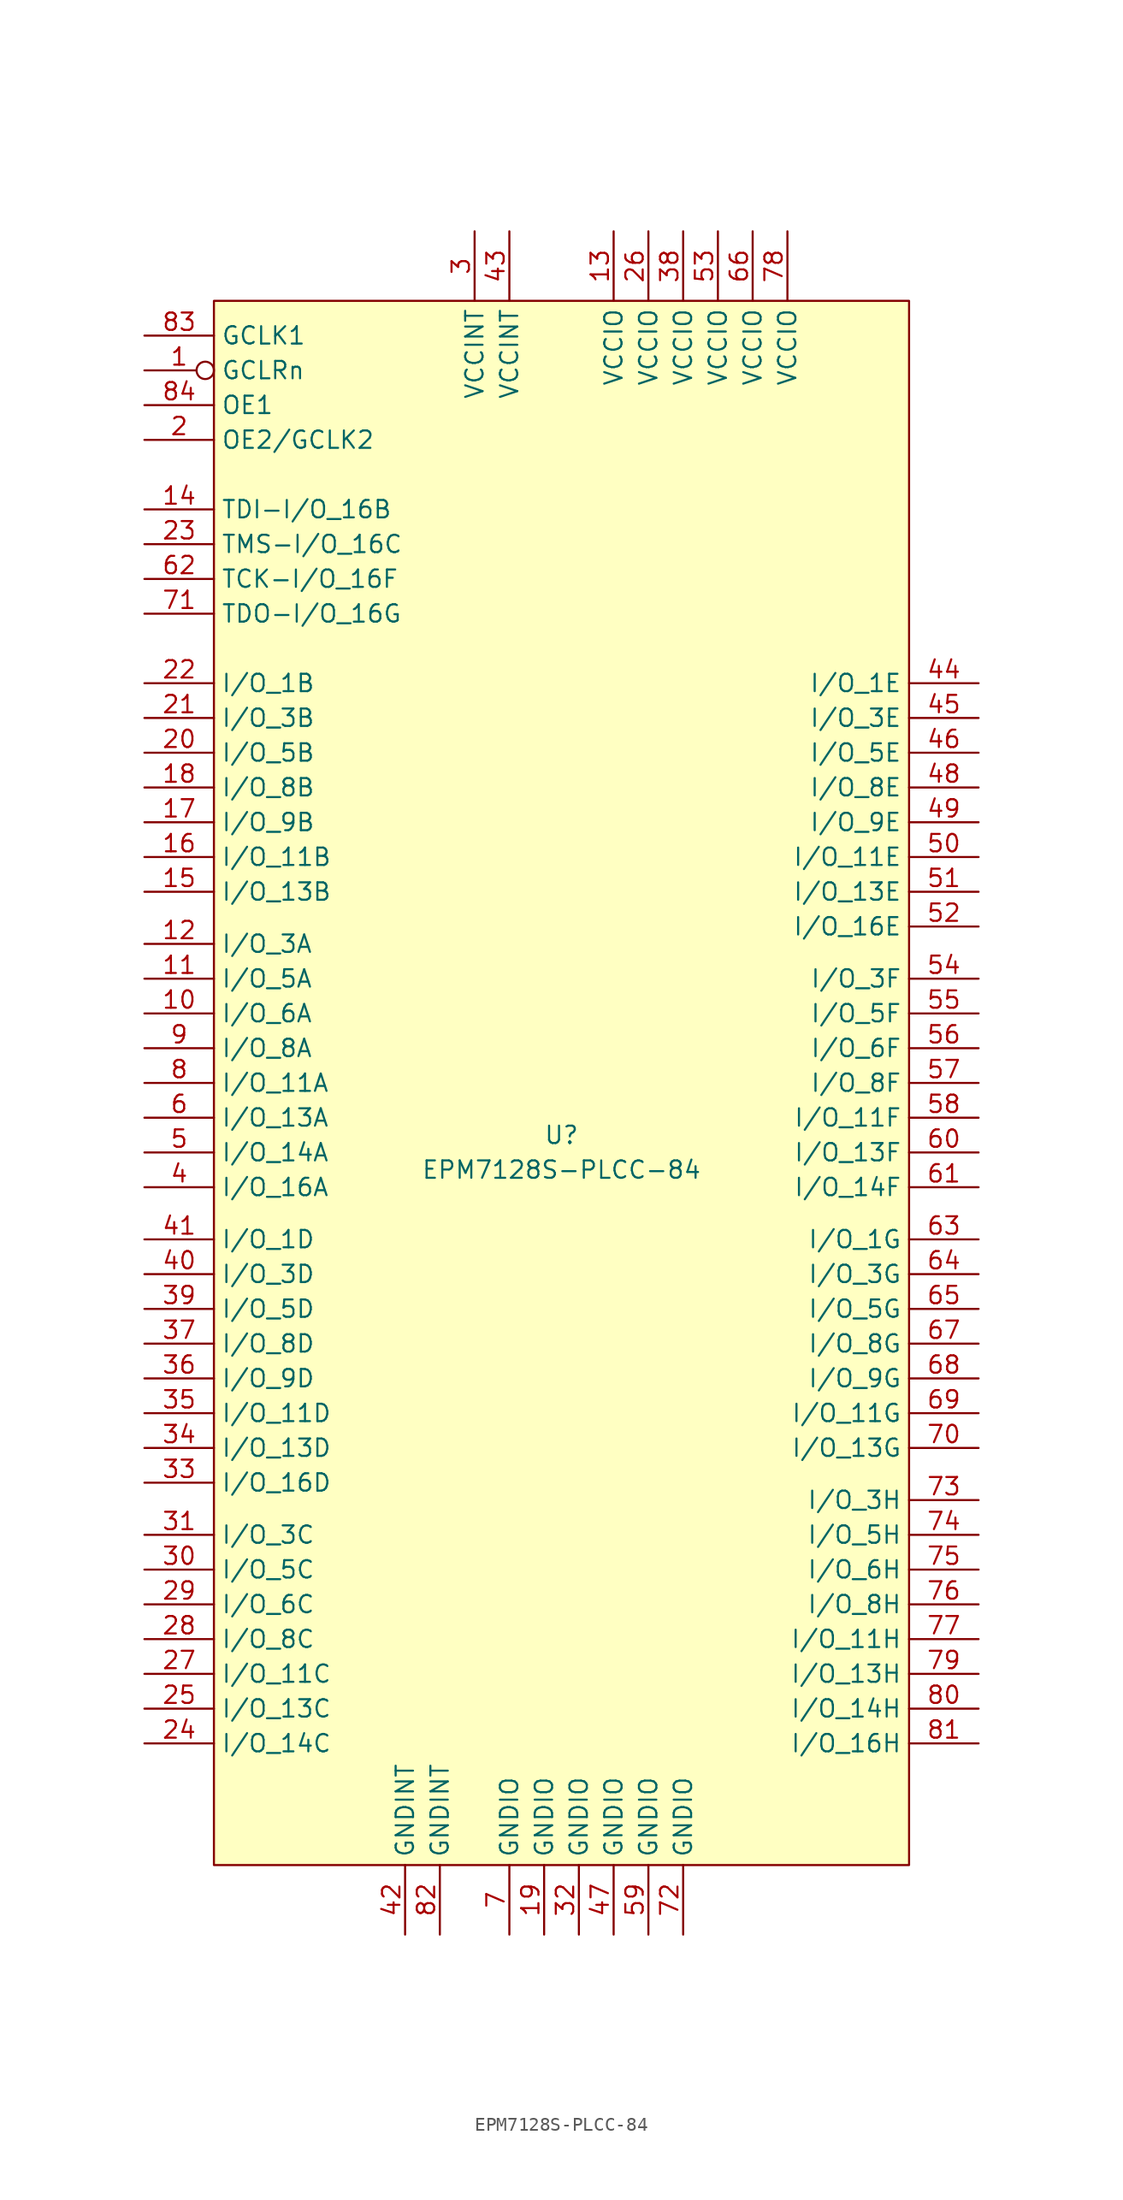
<source format=kicad_sym>
(kicad_symbol_lib
  (version 20211014)
  (generator kicad_symbol_editor)
  (symbol "EPM7128S-PLCC-84"
    (property "Reference" "U"
      (at 0 -3.81 0)
      (effects (font (size 1.27 1.27))))
    (property "Value" "EPM7128S-PLCC-84"
      (at 0 -6.35 0)
      (effects (font (size 1.27 1.27))))
    (symbol "EPM7128S-PLCC-84_0_1"
      (rectangle (start -25.4 57.15) (end 25.4 -57.15) (stroke (width 0) (type default) (color 0 0 0 0)) (fill (type background))))
    (symbol "EPM7128S-PLCC-84_1_1"
      (pin input inverted (at -30.48 52.07 0) (length 5.08) (name "GCLRn" (effects (font (size 1.27 1.27)))) (number "1" (effects (font (size 1.27 1.27)))))
      (pin bidirectional line (at -30.48 5.08 0) (length 5.08) (name "I/O_6A" (effects (font (size 1.27 1.27)))) (number "10" (effects (font (size 1.27 1.27)))))
      (pin bidirectional line (at -30.48 7.62 0) (length 5.08) (name "I/O_5A" (effects (font (size 1.27 1.27)))) (number "11" (effects (font (size 1.27 1.27)))))
      (pin bidirectional line (at -30.48 10.16 0) (length 5.08) (name "I/O_3A" (effects (font (size 1.27 1.27)))) (number "12" (effects (font (size 1.27 1.27)))))
      (pin power_in line (at 3.81 62.23 270) (length 5.08) (name "VCCIO" (effects (font (size 1.27 1.27)))) (number "13" (effects (font (size 1.27 1.27)))))
      (pin input line (at -30.48 41.91 0) (length 5.08) (name "TDI-I/O_16B" (effects (font (size 1.27 1.27)))) (number "14" (effects (font (size 1.27 1.27)))))
      (pin bidirectional line (at -30.48 13.97 0) (length 5.08) (name "I/O_13B" (effects (font (size 1.27 1.27)))) (number "15" (effects (font (size 1.27 1.27)))))
      (pin bidirectional line (at -30.48 16.51 0) (length 5.08) (name "I/O_11B" (effects (font (size 1.27 1.27)))) (number "16" (effects (font (size 1.27 1.27)))))
      (pin bidirectional line (at -30.48 19.05 0) (length 5.08) (name "I/O_9B" (effects (font (size 1.27 1.27)))) (number "17" (effects (font (size 1.27 1.27)))))
      (pin bidirectional line (at -30.48 21.59 0) (length 5.08) (name "I/O_8B" (effects (font (size 1.27 1.27)))) (number "18" (effects (font (size 1.27 1.27)))))
      (pin power_in line (at -1.27 -62.23 90) (length 5.08) (name "GNDIO" (effects (font (size 1.27 1.27)))) (number "19" (effects (font (size 1.27 1.27)))))
      (pin input line (at -30.48 46.99 0) (length 5.08) (name "OE2/GCLK2" (effects (font (size 1.27 1.27)))) (number "2" (effects (font (size 1.27 1.27)))))
      (pin bidirectional line (at -30.48 24.13 0) (length 5.08) (name "I/O_5B" (effects (font (size 1.27 1.27)))) (number "20" (effects (font (size 1.27 1.27)))))
      (pin bidirectional line (at -30.48 26.67 0) (length 5.08) (name "I/O_3B" (effects (font (size 1.27 1.27)))) (number "21" (effects (font (size 1.27 1.27)))))
      (pin bidirectional line (at -30.48 29.21 0) (length 5.08) (name "I/O_1B" (effects (font (size 1.27 1.27)))) (number "22" (effects (font (size 1.27 1.27)))))
      (pin input line (at -30.48 39.37 0) (length 5.08) (name "TMS-I/O_16C" (effects (font (size 1.27 1.27)))) (number "23" (effects (font (size 1.27 1.27)))))
      (pin bidirectional line (at -30.48 -48.26 0) (length 5.08) (name "I/O_14C" (effects (font (size 1.27 1.27)))) (number "24" (effects (font (size 1.27 1.27)))))
      (pin bidirectional line (at -30.48 -45.72 0) (length 5.08) (name "I/O_13C" (effects (font (size 1.27 1.27)))) (number "25" (effects (font (size 1.27 1.27)))))
      (pin power_in line (at 6.35 62.23 270) (length 5.08) (name "VCCIO" (effects (font (size 1.27 1.27)))) (number "26" (effects (font (size 1.27 1.27)))))
      (pin bidirectional line (at -30.48 -43.18 0) (length 5.08) (name "I/O_11C" (effects (font (size 1.27 1.27)))) (number "27" (effects (font (size 1.27 1.27)))))
      (pin bidirectional line (at -30.48 -40.64 0) (length 5.08) (name "I/O_8C" (effects (font (size 1.27 1.27)))) (number "28" (effects (font (size 1.27 1.27)))))
      (pin bidirectional line (at -30.48 -38.1 0) (length 5.08) (name "I/O_6C" (effects (font (size 1.27 1.27)))) (number "29" (effects (font (size 1.27 1.27)))))
      (pin power_in line (at -6.35 62.23 270) (length 5.08) (name "VCCINT" (effects (font (size 1.27 1.27)))) (number "3" (effects (font (size 1.27 1.27)))))
      (pin bidirectional line (at -30.48 -35.56 0) (length 5.08) (name "I/O_5C" (effects (font (size 1.27 1.27)))) (number "30" (effects (font (size 1.27 1.27)))))
      (pin bidirectional line (at -30.48 -33.02 0) (length 5.08) (name "I/O_3C" (effects (font (size 1.27 1.27)))) (number "31" (effects (font (size 1.27 1.27)))))
      (pin power_in line (at 1.27 -62.23 90) (length 5.08) (name "GNDIO" (effects (font (size 1.27 1.27)))) (number "32" (effects (font (size 1.27 1.27)))))
      (pin bidirectional line (at -30.48 -29.21 0) (length 5.08) (name "I/O_16D" (effects (font (size 1.27 1.27)))) (number "33" (effects (font (size 1.27 1.27)))))
      (pin bidirectional line (at -30.48 -26.67 0) (length 5.08) (name "I/O_13D" (effects (font (size 1.27 1.27)))) (number "34" (effects (font (size 1.27 1.27)))))
      (pin bidirectional line (at -30.48 -24.13 0) (length 5.08) (name "I/O_11D" (effects (font (size 1.27 1.27)))) (number "35" (effects (font (size 1.27 1.27)))))
      (pin bidirectional line (at -30.48 -21.59 0) (length 5.08) (name "I/O_9D" (effects (font (size 1.27 1.27)))) (number "36" (effects (font (size 1.27 1.27)))))
      (pin bidirectional line (at -30.48 -19.05 0) (length 5.08) (name "I/O_8D" (effects (font (size 1.27 1.27)))) (number "37" (effects (font (size 1.27 1.27)))))
      (pin power_in line (at 8.89 62.23 270) (length 5.08) (name "VCCIO" (effects (font (size 1.27 1.27)))) (number "38" (effects (font (size 1.27 1.27)))))
      (pin bidirectional line (at -30.48 -16.51 0) (length 5.08) (name "I/O_5D" (effects (font (size 1.27 1.27)))) (number "39" (effects (font (size 1.27 1.27)))))
      (pin bidirectional line (at -30.48 -7.62 0) (length 5.08) (name "I/O_16A" (effects (font (size 1.27 1.27)))) (number "4" (effects (font (size 1.27 1.27)))))
      (pin bidirectional line (at -30.48 -13.97 0) (length 5.08) (name "I/O_3D" (effects (font (size 1.27 1.27)))) (number "40" (effects (font (size 1.27 1.27)))))
      (pin bidirectional line (at -30.48 -11.43 0) (length 5.08) (name "I/O_1D" (effects (font (size 1.27 1.27)))) (number "41" (effects (font (size 1.27 1.27)))))
      (pin power_in line (at -11.43 -62.23 90) (length 5.08) (name "GNDINT" (effects (font (size 1.27 1.27)))) (number "42" (effects (font (size 1.27 1.27)))))
      (pin power_in line (at -3.81 62.23 270) (length 5.08) (name "VCCINT" (effects (font (size 1.27 1.27)))) (number "43" (effects (font (size 1.27 1.27)))))
      (pin bidirectional line (at 30.48 29.21 180) (length 5.08) (name "I/O_1E" (effects (font (size 1.27 1.27)))) (number "44" (effects (font (size 1.27 1.27)))))
      (pin bidirectional line (at 30.48 26.67 180) (length 5.08) (name "I/O_3E" (effects (font (size 1.27 1.27)))) (number "45" (effects (font (size 1.27 1.27)))))
      (pin bidirectional line (at 30.48 24.13 180) (length 5.08) (name "I/O_5E" (effects (font (size 1.27 1.27)))) (number "46" (effects (font (size 1.27 1.27)))))
      (pin power_in line (at 3.81 -62.23 90) (length 5.08) (name "GNDIO" (effects (font (size 1.27 1.27)))) (number "47" (effects (font (size 1.27 1.27)))))
      (pin bidirectional line (at 30.48 21.59 180) (length 5.08) (name "I/O_8E" (effects (font (size 1.27 1.27)))) (number "48" (effects (font (size 1.27 1.27)))))
      (pin bidirectional line (at 30.48 19.05 180) (length 5.08) (name "I/O_9E" (effects (font (size 1.27 1.27)))) (number "49" (effects (font (size 1.27 1.27)))))
      (pin bidirectional line (at -30.48 -5.08 0) (length 5.08) (name "I/O_14A" (effects (font (size 1.27 1.27)))) (number "5" (effects (font (size 1.27 1.27)))))
      (pin bidirectional line (at 30.48 16.51 180) (length 5.08) (name "I/O_11E" (effects (font (size 1.27 1.27)))) (number "50" (effects (font (size 1.27 1.27)))))
      (pin bidirectional line (at 30.48 13.97 180) (length 5.08) (name "I/O_13E" (effects (font (size 1.27 1.27)))) (number "51" (effects (font (size 1.27 1.27)))))
      (pin bidirectional line (at 30.48 11.43 180) (length 5.08) (name "I/O_16E" (effects (font (size 1.27 1.27)))) (number "52" (effects (font (size 1.27 1.27)))))
      (pin power_in line (at 11.43 62.23 270) (length 5.08) (name "VCCIO" (effects (font (size 1.27 1.27)))) (number "53" (effects (font (size 1.27 1.27)))))
      (pin bidirectional line (at 30.48 7.62 180) (length 5.08) (name "I/O_3F" (effects (font (size 1.27 1.27)))) (number "54" (effects (font (size 1.27 1.27)))))
      (pin bidirectional line (at 30.48 5.08 180) (length 5.08) (name "I/O_5F" (effects (font (size 1.27 1.27)))) (number "55" (effects (font (size 1.27 1.27)))))
      (pin bidirectional line (at 30.48 2.54 180) (length 5.08) (name "I/O_6F" (effects (font (size 1.27 1.27)))) (number "56" (effects (font (size 1.27 1.27)))))
      (pin bidirectional line (at 30.48 0 180) (length 5.08) (name "I/O_8F" (effects (font (size 1.27 1.27)))) (number "57" (effects (font (size 1.27 1.27)))))
      (pin bidirectional line (at 30.48 -2.54 180) (length 5.08) (name "I/O_11F" (effects (font (size 1.27 1.27)))) (number "58" (effects (font (size 1.27 1.27)))))
      (pin power_in line (at 6.35 -62.23 90) (length 5.08) (name "GNDIO" (effects (font (size 1.27 1.27)))) (number "59" (effects (font (size 1.27 1.27)))))
      (pin bidirectional line (at -30.48 -2.54 0) (length 5.08) (name "I/O_13A" (effects (font (size 1.27 1.27)))) (number "6" (effects (font (size 1.27 1.27)))))
      (pin bidirectional line (at 30.48 -5.08 180) (length 5.08) (name "I/O_13F" (effects (font (size 1.27 1.27)))) (number "60" (effects (font (size 1.27 1.27)))))
      (pin bidirectional line (at 30.48 -7.62 180) (length 5.08) (name "I/O_14F" (effects (font (size 1.27 1.27)))) (number "61" (effects (font (size 1.27 1.27)))))
      (pin input line (at -30.48 36.83 0) (length 5.08) (name "TCK-I/O_16F" (effects (font (size 1.27 1.27)))) (number "62" (effects (font (size 1.27 1.27)))))
      (pin bidirectional line (at 30.48 -11.43 180) (length 5.08) (name "I/O_1G" (effects (font (size 1.27 1.27)))) (number "63" (effects (font (size 1.27 1.27)))))
      (pin bidirectional line (at 30.48 -13.97 180) (length 5.08) (name "I/O_3G" (effects (font (size 1.27 1.27)))) (number "64" (effects (font (size 1.27 1.27)))))
      (pin bidirectional line (at 30.48 -16.51 180) (length 5.08) (name "I/O_5G" (effects (font (size 1.27 1.27)))) (number "65" (effects (font (size 1.27 1.27)))))
      (pin power_in line (at 13.97 62.23 270) (length 5.08) (name "VCCIO" (effects (font (size 1.27 1.27)))) (number "66" (effects (font (size 1.27 1.27)))))
      (pin bidirectional line (at 30.48 -19.05 180) (length 5.08) (name "I/O_8G" (effects (font (size 1.27 1.27)))) (number "67" (effects (font (size 1.27 1.27)))))
      (pin bidirectional line (at 30.48 -21.59 180) (length 5.08) (name "I/O_9G" (effects (font (size 1.27 1.27)))) (number "68" (effects (font (size 1.27 1.27)))))
      (pin bidirectional line (at 30.48 -24.13 180) (length 5.08) (name "I/O_11G" (effects (font (size 1.27 1.27)))) (number "69" (effects (font (size 1.27 1.27)))))
      (pin power_in line (at -3.81 -62.23 90) (length 5.08) (name "GNDIO" (effects (font (size 1.27 1.27)))) (number "7" (effects (font (size 1.27 1.27)))))
      (pin bidirectional line (at 30.48 -26.67 180) (length 5.08) (name "I/O_13G" (effects (font (size 1.27 1.27)))) (number "70" (effects (font (size 1.27 1.27)))))
      (pin output line (at -30.48 34.29 0) (length 5.08) (name "TDO-I/O_16G" (effects (font (size 1.27 1.27)))) (number "71" (effects (font (size 1.27 1.27)))))
      (pin power_in line (at 8.89 -62.23 90) (length 5.08) (name "GNDIO" (effects (font (size 1.27 1.27)))) (number "72" (effects (font (size 1.27 1.27)))))
      (pin bidirectional line (at 30.48 -30.48 180) (length 5.08) (name "I/O_3H" (effects (font (size 1.27 1.27)))) (number "73" (effects (font (size 1.27 1.27)))))
      (pin bidirectional line (at 30.48 -33.02 180) (length 5.08) (name "I/O_5H" (effects (font (size 1.27 1.27)))) (number "74" (effects (font (size 1.27 1.27)))))
      (pin bidirectional line (at 30.48 -35.56 180) (length 5.08) (name "I/O_6H" (effects (font (size 1.27 1.27)))) (number "75" (effects (font (size 1.27 1.27)))))
      (pin bidirectional line (at 30.48 -38.1 180) (length 5.08) (name "I/O_8H" (effects (font (size 1.27 1.27)))) (number "76" (effects (font (size 1.27 1.27)))))
      (pin bidirectional line (at 30.48 -40.64 180) (length 5.08) (name "I/O_11H" (effects (font (size 1.27 1.27)))) (number "77" (effects (font (size 1.27 1.27)))))
      (pin power_in line (at 16.51 62.23 270) (length 5.08) (name "VCCIO" (effects (font (size 1.27 1.27)))) (number "78" (effects (font (size 1.27 1.27)))))
      (pin bidirectional line (at 30.48 -43.18 180) (length 5.08) (name "I/O_13H" (effects (font (size 1.27 1.27)))) (number "79" (effects (font (size 1.27 1.27)))))
      (pin bidirectional line (at -30.48 0 0) (length 5.08) (name "I/O_11A" (effects (font (size 1.27 1.27)))) (number "8" (effects (font (size 1.27 1.27)))))
      (pin bidirectional line (at 30.48 -45.72 180) (length 5.08) (name "I/O_14H" (effects (font (size 1.27 1.27)))) (number "80" (effects (font (size 1.27 1.27)))))
      (pin bidirectional line (at 30.48 -48.26 180) (length 5.08) (name "I/O_16H" (effects (font (size 1.27 1.27)))) (number "81" (effects (font (size 1.27 1.27)))))
      (pin power_in line (at -8.89 -62.23 90) (length 5.08) (name "GNDINT" (effects (font (size 1.27 1.27)))) (number "82" (effects (font (size 1.27 1.27)))))
      (pin input line (at -30.48 54.61 0) (length 5.08) (name "GCLK1" (effects (font (size 1.27 1.27)))) (number "83" (effects (font (size 1.27 1.27)))))
      (pin input line (at -30.48 49.53 0) (length 5.08) (name "OE1" (effects (font (size 1.27 1.27)))) (number "84" (effects (font (size 1.27 1.27)))))
      (pin bidirectional line (at -30.48 2.54 0) (length 5.08) (name "I/O_8A" (effects (font (size 1.27 1.27)))) (number "9" (effects (font (size 1.27 1.27))))))))
</source>
